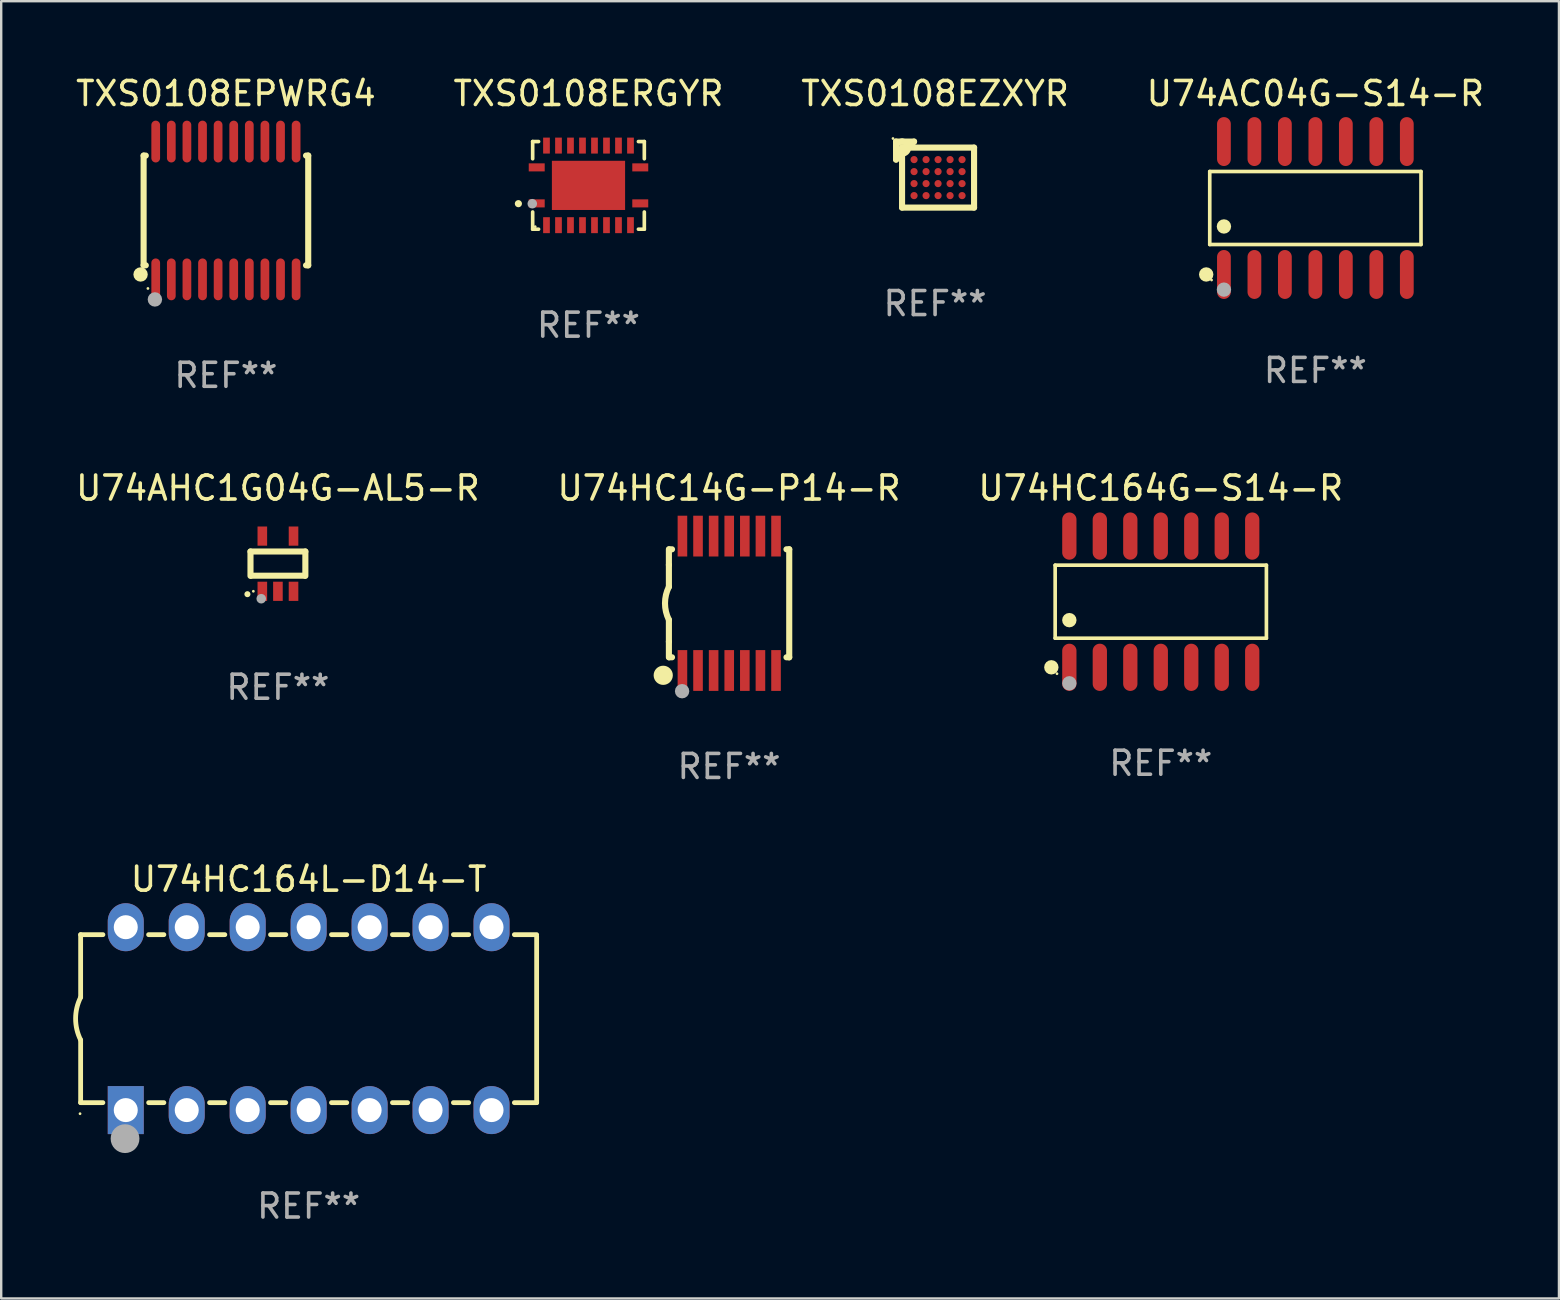
<source format=kicad_pcb>
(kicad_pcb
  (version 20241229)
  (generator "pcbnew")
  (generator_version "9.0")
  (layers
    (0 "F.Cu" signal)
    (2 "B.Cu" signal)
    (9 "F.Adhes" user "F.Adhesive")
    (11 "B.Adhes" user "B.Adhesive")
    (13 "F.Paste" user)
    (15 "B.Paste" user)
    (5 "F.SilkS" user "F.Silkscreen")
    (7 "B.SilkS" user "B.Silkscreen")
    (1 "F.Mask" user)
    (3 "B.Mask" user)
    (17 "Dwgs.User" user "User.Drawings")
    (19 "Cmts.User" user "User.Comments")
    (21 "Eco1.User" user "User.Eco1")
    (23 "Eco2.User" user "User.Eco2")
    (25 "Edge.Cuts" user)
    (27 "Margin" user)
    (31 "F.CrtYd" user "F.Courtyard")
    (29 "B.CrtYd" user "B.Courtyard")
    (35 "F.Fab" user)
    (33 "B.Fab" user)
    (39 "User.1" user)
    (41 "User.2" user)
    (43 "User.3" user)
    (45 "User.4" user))
  (footprint "U74HC14G-P14-R"
    (layer "F.Cu")
    (at 27.327 22.087)
    (property "Reference" "U74HC14G-P14-R" (at 0 -4.8 0) (layer "F.SilkS") (effects (font (size 1 1) (thickness 0.15))))
    (attr through_hole)
    (fp_line (start -2.507 -1.6) (end -2.507 -2.25) (stroke (width 0.254) (type solid)) (layer "F.SilkS"))
    (fp_line (start -2.507 -0.686) (end -2.507 -1.6) (stroke (width 0.254) (type solid)) (layer "F.SilkS"))
    (fp_line (start -2.507 1.6) (end -2.507 0.686) (stroke (width 0.254) (type solid)) (layer "F.SilkS"))
    (fp_line (start -2.507 1.6) (end -2.507 2.25) (stroke (width 0.254) (type solid)) (layer "F.SilkS"))
    (fp_line (start -2.493 -2.25) (end -2.377 -2.25) (stroke (width 0.254) (type solid)) (layer "F.SilkS"))
    (fp_line (start -2.377 2.25) (end -2.493 2.25) (stroke (width 0.254) (type solid)) (layer "F.SilkS"))
    (fp_line (start 2.392 -2.25) (end 2.507 -2.25) (stroke (width 0.254) (type solid)) (layer "F.SilkS"))
    (fp_line (start 2.507 -2.25) (end 2.507 2.25) (stroke (width 0.254) (type solid)) (layer "F.SilkS"))
    (fp_line (start 2.507 2.25) (end 2.392 2.25) (stroke (width 0.254) (type solid)) (layer "F.SilkS"))
    (fp_arc (start -2.507303 0.685802) (mid -2.669199 0) (end -2.507303 -0.685801) (stroke (width 0.254001) (type solid)) (layer "F.SilkS"))
    (fp_circle (center -2.743 3) (end -2.543 3) (stroke (width 0.4) (type solid)) (fill no) (layer "F.SilkS"))
    (fp_circle (center -2.493 3.2) (end -2.463 3.2) (stroke (width 0.06) (type solid)) (fill no) (layer "F.SilkS"))
    (fp_circle (center -1.957 3.662) (end -1.807 3.662) (stroke (width 0.3) (type solid)) (fill no) (layer "F.Fab"))
    (fp_text user "REF**" (at 0 6.8 0) (layer "F.Fab") (effects (font (size 1 1) (thickness 0.15))))
    (pad "1" smd rect (at -1.943 2.8) (size 0.4 1.7) (layers "F.Cu" "F.Mask" "F.Paste"))
    (pad "2" smd rect (at -1.293 2.8) (size 0.4 1.7) (layers "F.Cu" "F.Mask" "F.Paste"))
    (pad "3" smd rect (at -0.643 2.8) (size 0.4 1.7) (layers "F.Cu" "F.Mask" "F.Paste"))
    (pad "4" smd rect (at 0.007 2.8) (size 0.4 1.7) (layers "F.Cu" "F.Mask" "F.Paste"))
    (pad "5" smd rect (at 0.657 2.8) (size 0.4 1.7) (layers "F.Cu" "F.Mask" "F.Paste"))
    (pad "6" smd rect (at 1.307 2.8) (size 0.4 1.7) (layers "F.Cu" "F.Mask" "F.Paste"))
    (pad "7" smd rect (at 1.957 2.8) (size 0.4 1.7) (layers "F.Cu" "F.Mask" "F.Paste"))
    (pad "8" smd rect (at 1.957 -2.8) (size 0.4 1.7) (layers "F.Cu" "F.Mask" "F.Paste"))
    (pad "9" smd rect (at 1.307 -2.8) (size 0.4 1.7) (layers "F.Cu" "F.Mask" "F.Paste"))
    (pad "10" smd rect (at 0.657 -2.8) (size 0.4 1.7) (layers "F.Cu" "F.Mask" "F.Paste"))
    (pad "11" smd rect (at 0.007 -2.8) (size 0.4 1.7) (layers "F.Cu" "F.Mask" "F.Paste"))
    (pad "12" smd rect (at -0.643 -2.8) (size 0.4 1.7) (layers "F.Cu" "F.Mask" "F.Paste"))
    (pad "13" smd rect (at -1.293 -2.8) (size 0.4 1.7) (layers "F.Cu" "F.Mask" "F.Paste"))
    (pad "14" smd rect (at -1.943 -2.8) (size 0.4 1.7) (layers "F.Cu" "F.Mask" "F.Paste")))
  (footprint "TXS0108EZXYR"
    (layer "F.Cu")
    (at 35.911 4.224)
    (property "Reference" "TXS0108EZXYR" (at 0 -3.376 0) (layer "F.SilkS") (effects (font (size 1 1) (thickness 0.15))))
    (attr through_hole)
    (fp_line (start -1.626 -1.376) (end -1.626 -0.624) (stroke (width 0.254) (type solid)) (layer "F.SilkS"))
    (fp_line (start -1.626 -0.624) (end -0.876 -1.376) (stroke (width 0.254) (type solid)) (layer "F.SilkS"))
    (fp_line (start -1.377 -1.376) (end -1.626 -1.376) (stroke (width 0.254) (type solid)) (layer "F.SilkS"))
    (fp_line (start -1.377 -1.124) (end 1.626 -1.124) (stroke (width 0.254) (type solid)) (layer "F.SilkS"))
    (fp_line (start -1.376 -1.374) (end -0.876 -1.374) (stroke (width 0.254) (type solid)) (layer "F.SilkS"))
    (fp_line (start -1.376 1.376) (end -1.376 -1.124) (stroke (width 0.254) (type solid)) (layer "F.SilkS"))
    (fp_line (start 1.624 -1.124) (end 1.624 1.376) (stroke (width 0.254) (type solid)) (layer "F.SilkS"))
    (fp_line (start 1.624 1.376) (end -1.376 1.376) (stroke (width 0.254) (type solid)) (layer "F.SilkS"))
    (fp_circle (center -1.753 -1.503) (end -1.723 -1.503) (stroke (width 0.06) (type solid)) (fill no) (layer "F.SilkS"))
    (fp_circle (center -1.375 -1.124) (end -1.25 -1.124) (stroke (width 0.254) (type solid)) (fill no) (layer "F.SilkS"))
    (fp_text user "REF**" (at 0 5.376 0) (layer "F.Fab") (effects (font (size 1 1) (thickness 0.15))))
    (pad "A1" smd circle (at -0.876 -0.624) (size 0.3 0.3) (layers "F.Cu" "F.Mask" "F.Paste"))
    (pad "A2" smd circle (at -0.375 -0.624) (size 0.3 0.3) (layers "F.Cu" "F.Mask" "F.Paste"))
    (pad "A3" smd circle (at 0.124 -0.624) (size 0.3 0.3) (layers "F.Cu" "F.Mask" "F.Paste"))
    (pad "A4" smd circle (at 0.625 -0.624) (size 0.3 0.3) (layers "F.Cu" "F.Mask" "F.Paste"))
    (pad "A5" smd circle (at 1.124 -0.624) (size 0.3 0.3) (layers "F.Cu" "F.Mask" "F.Paste"))
    (pad "B1" smd circle (at -0.876 -0.124) (size 0.3 0.3) (layers "F.Cu" "F.Mask" "F.Paste"))
    (pad "B2" smd circle (at -0.375 -0.124) (size 0.3 0.3) (layers "F.Cu" "F.Mask" "F.Paste"))
    (pad "B3" smd circle (at 0.124 -0.124) (size 0.3 0.3) (layers "F.Cu" "F.Mask" "F.Paste"))
    (pad "B4" smd circle (at 0.625 -0.124) (size 0.3 0.3) (layers "F.Cu" "F.Mask" "F.Paste"))
    (pad "B5" smd circle (at 1.124 -0.124) (size 0.3 0.3) (layers "F.Cu" "F.Mask" "F.Paste"))
    (pad "C1" smd circle (at -0.876 0.376) (size 0.3 0.3) (layers "F.Cu" "F.Mask" "F.Paste"))
    (pad "C2" smd circle (at -0.375 0.376) (size 0.3 0.3) (layers "F.Cu" "F.Mask" "F.Paste"))
    (pad "C3" smd circle (at 0.124 0.376) (size 0.3 0.3) (layers "F.Cu" "F.Mask" "F.Paste"))
    (pad "C4" smd circle (at 0.625 0.376) (size 0.3 0.3) (layers "F.Cu" "F.Mask" "F.Paste"))
    (pad "C5" smd circle (at 1.124 0.376) (size 0.3 0.3) (layers "F.Cu" "F.Mask" "F.Paste"))
    (pad "D1" smd circle (at -0.876 0.876) (size 0.3 0.3) (layers "F.Cu" "F.Mask" "F.Paste"))
    (pad "D2" smd circle (at -0.375 0.876) (size 0.3 0.3) (layers "F.Cu" "F.Mask" "F.Paste"))
    (pad "D3" smd circle (at 0.124 0.876) (size 0.3 0.3) (layers "F.Cu" "F.Mask" "F.Paste"))
    (pad "D4" smd circle (at 0.625 0.876) (size 0.3 0.3) (layers "F.Cu" "F.Mask" "F.Paste"))
    (pad "D5" smd circle (at 1.124 0.876) (size 0.3 0.3) (layers "F.Cu" "F.Mask" "F.Paste")))
  (footprint "U74AC04G-S14-R"
    (layer "F.Cu")
    (at 51.756 5.617)
    (property "Reference" "U74AC04G-S14-R" (at 0 -4.769 0) (layer "F.SilkS") (effects (font (size 1 1) (thickness 0.15))))
    (attr through_hole)
    (fp_line (start -4.401 -1.521) (end 4.401 -1.521) (stroke (width 0.152) (type solid)) (layer "F.SilkS"))
    (fp_line (start -4.401 1.521) (end -4.401 -1.521) (stroke (width 0.152) (type solid)) (layer "F.SilkS"))
    (fp_line (start 4.401 -1.521) (end 4.401 1.521) (stroke (width 0.152) (type solid)) (layer "F.SilkS"))
    (fp_line (start 4.401 1.521) (end -4.401 1.521) (stroke (width 0.152) (type solid)) (layer "F.SilkS"))
    (fp_circle (center -4.549 2.769) (end -4.399 2.769) (stroke (width 0.3) (type solid)) (fill no) (layer "F.SilkS"))
    (fp_circle (center -4.325 3) (end -4.295 3) (stroke (width 0.06) (type solid)) (fill no) (layer "F.SilkS"))
    (fp_circle (center -3.81 0.769) (end -3.66 0.769) (stroke (width 0.3) (type solid)) (fill no) (layer "F.SilkS"))
    (fp_circle (center -3.81 3.4) (end -3.66 3.4) (stroke (width 0.3) (type solid)) (fill no) (layer "F.Fab"))
    (fp_text user "REF**" (at 0 6.769 0) (layer "F.Fab") (effects (font (size 1 1) (thickness 0.15))))
    (pad "1" smd oval (at -3.81 2.769) (size 0.574 2.038) (layers "F.Cu" "F.Mask" "F.Paste"))
    (pad "2" smd oval (at -2.54 2.769) (size 0.574 2.038) (layers "F.Cu" "F.Mask" "F.Paste"))
    (pad "3" smd oval (at -1.27 2.769) (size 0.574 2.038) (layers "F.Cu" "F.Mask" "F.Paste"))
    (pad "4" smd oval (at 0 2.769) (size 0.574 2.038) (layers "F.Cu" "F.Mask" "F.Paste"))
    (pad "5" smd oval (at 1.27 2.769) (size 0.574 2.038) (layers "F.Cu" "F.Mask" "F.Paste"))
    (pad "6" smd oval (at 2.54 2.769) (size 0.574 2.038) (layers "F.Cu" "F.Mask" "F.Paste"))
    (pad "7" smd oval (at 3.81 2.769) (size 0.574 2.038) (layers "F.Cu" "F.Mask" "F.Paste"))
    (pad "8" smd oval (at 3.81 -2.769) (size 0.574 2.038) (layers "F.Cu" "F.Mask" "F.Paste"))
    (pad "9" smd oval (at 2.54 -2.769) (size 0.574 2.038) (layers "F.Cu" "F.Mask" "F.Paste"))
    (pad "10" smd oval (at 1.27 -2.769) (size 0.574 2.038) (layers "F.Cu" "F.Mask" "F.Paste"))
    (pad "11" smd oval (at 0 -2.769) (size 0.574 2.038) (layers "F.Cu" "F.Mask" "F.Paste"))
    (pad "12" smd oval (at -1.27 -2.769) (size 0.574 2.038) (layers "F.Cu" "F.Mask" "F.Paste"))
    (pad "13" smd oval (at -2.54 -2.769) (size 0.574 2.038) (layers "F.Cu" "F.Mask" "F.Paste"))
    (pad "14" smd oval (at -3.81 -2.769) (size 0.574 2.038) (layers "F.Cu" "F.Mask" "F.Paste")))
  (footprint "U74HC164L-D14-T"
    (layer "F.Cu")
    (at 9.81 39.393)
    (property "Reference" "U74HC164L-D14-T" (at 0 -5.81 0) (layer "F.SilkS") (effects (font (size 1 1) (thickness 0.15))))
    (attr through_hole)
    (fp_line (start -9.5 -3.5) (end -9.5 -0.889) (stroke (width 0.2) (type solid)) (layer "F.SilkS"))
    (fp_line (start -9.5 -3.5) (end -8.572 -3.5) (stroke (width 0.2) (type solid)) (layer "F.SilkS"))
    (fp_line (start -9.5 3.5) (end -9.5 0.889) (stroke (width 0.2) (type solid)) (layer "F.SilkS"))
    (fp_line (start -9.5 3.5) (end -8.574 3.5) (stroke (width 0.2) (type solid)) (layer "F.SilkS"))
    (fp_line (start -6.668 -3.5) (end -6.032 -3.5) (stroke (width 0.2) (type solid)) (layer "F.SilkS"))
    (fp_line (start -6.666 3.5) (end -6.032 3.5) (stroke (width 0.2) (type solid)) (layer "F.SilkS"))
    (fp_line (start -4.128 -3.5) (end -3.492 -3.5) (stroke (width 0.2) (type solid)) (layer "F.SilkS"))
    (fp_line (start -4.128 3.5) (end -3.492 3.5) (stroke (width 0.2) (type solid)) (layer "F.SilkS"))
    (fp_line (start -1.588 -3.5) (end -0.952 -3.5) (stroke (width 0.2) (type solid)) (layer "F.SilkS"))
    (fp_line (start -1.588 3.5) (end -0.952 3.5) (stroke (width 0.2) (type solid)) (layer "F.SilkS"))
    (fp_line (start 0.952 -3.5) (end 1.588 -3.5) (stroke (width 0.2) (type solid)) (layer "F.SilkS"))
    (fp_line (start 0.952 3.5) (end 1.588 3.5) (stroke (width 0.2) (type solid)) (layer "F.SilkS"))
    (fp_line (start 3.492 -3.5) (end 4.128 -3.5) (stroke (width 0.2) (type solid)) (layer "F.SilkS"))
    (fp_line (start 3.492 3.5) (end 4.128 3.5) (stroke (width 0.2) (type solid)) (layer "F.SilkS"))
    (fp_line (start 6.032 -3.5) (end 6.668 -3.5) (stroke (width 0.2) (type solid)) (layer "F.SilkS"))
    (fp_line (start 6.032 3.5) (end 6.668 3.5) (stroke (width 0.2) (type solid)) (layer "F.SilkS"))
    (fp_line (start 8.572 -3.5) (end 9.5 -3.5) (stroke (width 0.2) (type solid)) (layer "F.SilkS"))
    (fp_line (start 8.572 3.5) (end 9.5 3.5) (stroke (width 0.2) (type solid)) (layer "F.SilkS"))
    (fp_line (start 9.5 3.5) (end 9.5 -3.429) (stroke (width 0.2) (type solid)) (layer "F.SilkS"))
    (fp_arc (start -9.499619 0.889001) (mid -9.709623 0.000047) (end -9.500025 -0.889002) (stroke (width 0.2) (type solid)) (layer "F.SilkS"))
    (fp_circle (center -9.525 3.96) (end -9.495 3.96) (stroke (width 0.06) (type solid)) (fill no) (layer "F.SilkS"))
    (fp_circle (center -7.65 5) (end -7.35 5) (stroke (width 0.6) (type solid)) (fill no) (layer "F.Fab"))
    (fp_text user "REF**" (at 0 7.81 0) (layer "F.Fab") (effects (font (size 1 1) (thickness 0.15))))
    (pad "1" thru_hole rect (at -7.62 3.81 90) (size 2 1.5) (drill 1) (layers "*.Cu" "*.Mask"))
    (pad "2" thru_hole oval (at -5.08 3.81 90) (size 2 1.5) (drill 1) (layers "*.Cu" "*.Mask"))
    (pad "3" thru_hole oval (at -2.54 3.81 90) (size 2 1.5) (drill 1) (layers "*.Cu" "*.Mask"))
    (pad "4" thru_hole oval (at 0 3.81 90) (size 2 1.5) (drill 1) (layers "*.Cu" "*.Mask"))
    (pad "5" thru_hole oval (at 2.54 3.81 90) (size 2 1.5) (drill 1) (layers "*.Cu" "*.Mask"))
    (pad "6" thru_hole oval (at 5.08 3.81 90) (size 2 1.5) (drill 1) (layers "*.Cu" "*.Mask"))
    (pad "7" thru_hole oval (at 7.62 3.81 90) (size 2 1.5) (drill 1) (layers "*.Cu" "*.Mask"))
    (pad "8" thru_hole oval (at 7.62 -3.81 90) (size 2 1.5) (drill 1) (layers "*.Cu" "*.Mask"))
    (pad "9" thru_hole oval (at 5.08 -3.81 90) (size 2 1.5) (drill 1) (layers "*.Cu" "*.Mask"))
    (pad "10" thru_hole oval (at 2.54 -3.81 90) (size 2 1.5) (drill 1) (layers "*.Cu" "*.Mask"))
    (pad "11" thru_hole oval (at 0 -3.81 90) (size 2 1.5) (drill 1) (layers "*.Cu" "*.Mask"))
    (pad "12" thru_hole oval (at -2.54 -3.81 90) (size 2 1.5) (drill 1) (layers "*.Cu" "*.Mask"))
    (pad "13" thru_hole oval (at -5.08 -3.81 90) (size 2 1.5) (drill 1) (layers "*.Cu" "*.Mask"))
    (pad "14" thru_hole oval (at -7.62 -3.81 90) (size 2 1.5) (drill 1) (layers "*.Cu" "*.Mask")))
  (footprint "TXS0108EPWRG4"
    (layer "F.Cu")
    (at 6.363 5.719)
    (property "Reference" "TXS0108EPWRG4" (at 0 -4.871 0) (layer "F.SilkS") (effects (font (size 1 1) (thickness 0.15))))
    (attr through_hole)
    (fp_line (start -3.429 -2.286) (end -3.429 2.286) (stroke (width 0.254) (type solid)) (layer "F.SilkS"))
    (fp_line (start -3.429 2.286) (end -3.338 2.286) (stroke (width 0.254) (type solid)) (layer "F.SilkS"))
    (fp_line (start -3.338 -2.286) (end -3.429 -2.286) (stroke (width 0.254) (type solid)) (layer "F.SilkS"))
    (fp_line (start 3.338 -2.286) (end 3.429 -2.286) (stroke (width 0.254) (type solid)) (layer "F.SilkS"))
    (fp_line (start 3.429 -2.286) (end 3.429 2.286) (stroke (width 0.254) (type solid)) (layer "F.SilkS"))
    (fp_line (start 3.429 2.286) (end 3.338 2.286) (stroke (width 0.254) (type solid)) (layer "F.SilkS"))
    (fp_circle (center -3.556 2.667) (end -3.406 2.667) (stroke (width 0.3) (type solid)) (fill no) (layer "F.SilkS"))
    (fp_circle (center -3.25 3.25) (end -3.22 3.25) (stroke (width 0.06) (type solid)) (fill no) (layer "F.SilkS"))
    (fp_circle (center -2.959 3.707) (end -2.808 3.707) (stroke (width 0.3) (type solid)) (fill no) (layer "F.Fab"))
    (fp_text user "REF**" (at 0 6.871 0) (layer "F.Fab") (effects (font (size 1 1) (thickness 0.15))))
    (pad "1" smd oval (at -2.925 2.871) (size 0.364 1.742) (layers "F.Cu" "F.Mask" "F.Paste"))
    (pad "2" smd oval (at -2.275 2.871) (size 0.364 1.742) (layers "F.Cu" "F.Mask" "F.Paste"))
    (pad "3" smd oval (at -1.625 2.871) (size 0.364 1.742) (layers "F.Cu" "F.Mask" "F.Paste"))
    (pad "4" smd oval (at -0.975 2.871) (size 0.364 1.742) (layers "F.Cu" "F.Mask" "F.Paste"))
    (pad "5" smd oval (at -0.325 2.871) (size 0.364 1.742) (layers "F.Cu" "F.Mask" "F.Paste"))
    (pad "6" smd oval (at 0.325 2.871) (size 0.364 1.742) (layers "F.Cu" "F.Mask" "F.Paste"))
    (pad "7" smd oval (at 0.975 2.871) (size 0.364 1.742) (layers "F.Cu" "F.Mask" "F.Paste"))
    (pad "8" smd oval (at 1.625 2.871) (size 0.364 1.742) (layers "F.Cu" "F.Mask" "F.Paste"))
    (pad "9" smd oval (at 2.275 2.871) (size 0.364 1.742) (layers "F.Cu" "F.Mask" "F.Paste"))
    (pad "10" smd oval (at 2.925 2.871) (size 0.364 1.742) (layers "F.Cu" "F.Mask" "F.Paste"))
    (pad "11" smd oval (at 2.925 -2.871) (size 0.364 1.742) (layers "F.Cu" "F.Mask" "F.Paste"))
    (pad "12" smd oval (at 2.275 -2.871) (size 0.364 1.742) (layers "F.Cu" "F.Mask" "F.Paste"))
    (pad "13" smd oval (at 1.625 -2.871) (size 0.364 1.742) (layers "F.Cu" "F.Mask" "F.Paste"))
    (pad "14" smd oval (at 0.975 -2.871) (size 0.364 1.742) (layers "F.Cu" "F.Mask" "F.Paste"))
    (pad "15" smd oval (at 0.325 -2.871) (size 0.364 1.742) (layers "F.Cu" "F.Mask" "F.Paste"))
    (pad "16" smd oval (at -0.325 -2.871) (size 0.364 1.742) (layers "F.Cu" "F.Mask" "F.Paste"))
    (pad "17" smd oval (at -0.975 -2.871) (size 0.364 1.742) (layers "F.Cu" "F.Mask" "F.Paste"))
    (pad "18" smd oval (at -1.625 -2.871) (size 0.364 1.742) (layers "F.Cu" "F.Mask" "F.Paste"))
    (pad "19" smd oval (at -2.275 -2.871) (size 0.364 1.742) (layers "F.Cu" "F.Mask" "F.Paste"))
    (pad "20" smd oval (at -2.925 -2.871) (size 0.364 1.742) (layers "F.Cu" "F.Mask" "F.Paste")))
  (footprint "U74HC164G-S14-R"
    (layer "F.Cu")
    (at 45.315 22.02)
    (property "Reference" "U74HC164G-S14-R" (at 0 -4.734 0) (layer "F.SilkS") (effects (font (size 1 1) (thickness 0.15))))
    (attr through_hole)
    (fp_line (start -4.401 -1.521) (end 4.401 -1.521) (stroke (width 0.152) (type solid)) (layer "F.SilkS"))
    (fp_line (start -4.401 1.521) (end -4.401 -1.521) (stroke (width 0.152) (type solid)) (layer "F.SilkS"))
    (fp_line (start 4.401 -1.521) (end 4.401 1.521) (stroke (width 0.152) (type solid)) (layer "F.SilkS"))
    (fp_line (start 4.401 1.521) (end -4.401 1.521) (stroke (width 0.152) (type solid)) (layer "F.SilkS"))
    (fp_circle (center -4.56 2.734) (end -4.41 2.734) (stroke (width 0.3) (type solid)) (fill no) (layer "F.SilkS"))
    (fp_circle (center -4.325 3) (end -4.295 3) (stroke (width 0.06) (type solid)) (fill no) (layer "F.SilkS"))
    (fp_circle (center -3.81 0.769) (end -3.66 0.769) (stroke (width 0.3) (type solid)) (fill no) (layer "F.SilkS"))
    (fp_circle (center -3.81 3.4) (end -3.66 3.4) (stroke (width 0.3) (type solid)) (fill no) (layer "F.Fab"))
    (fp_text user "REF**" (at 0 6.734 0) (layer "F.Fab") (effects (font (size 1 1) (thickness 0.15))))
    (pad "1" smd oval (at -3.81 2.734) (size 0.595 1.968) (layers "F.Cu" "F.Mask" "F.Paste"))
    (pad "2" smd oval (at -2.54 2.734) (size 0.595 1.968) (layers "F.Cu" "F.Mask" "F.Paste"))
    (pad "3" smd oval (at -1.27 2.734) (size 0.595 1.968) (layers "F.Cu" "F.Mask" "F.Paste"))
    (pad "4" smd oval (at 0 2.734) (size 0.595 1.968) (layers "F.Cu" "F.Mask" "F.Paste"))
    (pad "5" smd oval (at 1.27 2.734) (size 0.595 1.968) (layers "F.Cu" "F.Mask" "F.Paste"))
    (pad "6" smd oval (at 2.54 2.734) (size 0.595 1.968) (layers "F.Cu" "F.Mask" "F.Paste"))
    (pad "7" smd oval (at 3.81 2.734) (size 0.595 1.968) (layers "F.Cu" "F.Mask" "F.Paste"))
    (pad "8" smd oval (at 3.81 -2.734) (size 0.595 1.968) (layers "F.Cu" "F.Mask" "F.Paste"))
    (pad "9" smd oval (at 2.54 -2.734) (size 0.595 1.968) (layers "F.Cu" "F.Mask" "F.Paste"))
    (pad "10" smd oval (at 1.27 -2.734) (size 0.595 1.968) (layers "F.Cu" "F.Mask" "F.Paste"))
    (pad "11" smd oval (at 0 -2.734) (size 0.595 1.968) (layers "F.Cu" "F.Mask" "F.Paste"))
    (pad "12" smd oval (at -1.27 -2.734) (size 0.595 1.968) (layers "F.Cu" "F.Mask" "F.Paste"))
    (pad "13" smd oval (at -2.54 -2.734) (size 0.595 1.968) (layers "F.Cu" "F.Mask" "F.Paste"))
    (pad "14" smd oval (at -3.81 -2.734) (size 0.595 1.968) (layers "F.Cu" "F.Mask" "F.Paste")))
  (footprint "U74AHC1G04G-AL5-R"
    (layer "F.Cu")
    (at 8.53 20.437)
    (property "Reference" "U74AHC1G04G-AL5-R" (at 0 -3.15 0) (layer "F.SilkS") (effects (font (size 1 1) (thickness 0.15))))
    (attr through_hole)
    (fp_line (start -1.143 -0.508) (end -1.143 0.508) (stroke (width 0.254) (type solid)) (layer "F.SilkS"))
    (fp_line (start -1.1 0.5) (end 1.1 0.5) (stroke (width 0.254) (type solid)) (layer "F.SilkS"))
    (fp_line (start 1.143 -0.508) (end -1.143 -0.508) (stroke (width 0.254) (type solid)) (layer "F.SilkS"))
    (fp_line (start 1.143 0.508) (end 1.143 -0.508) (stroke (width 0.254) (type solid)) (layer "F.SilkS"))
    (fp_arc (start -1.272543 1.26999) (mid -1.271273 1.269983) (end -1.270003 1.26999) (stroke (width 0.24892) (type solid)) (layer "F.SilkS"))
    (fp_circle (center -1.024 1.149) (end -0.994 1.149) (stroke (width 0.06) (type solid)) (fill no) (layer "F.SilkS"))
    (fp_circle (center -0.695 1.459) (end -0.595 1.459) (stroke (width 0.2) (type solid)) (fill no) (layer "F.Fab"))
    (fp_text user "REF**" (at 0 5.15 0) (layer "F.Fab") (effects (font (size 1 1) (thickness 0.15))))
    (pad "1" smd rect (at -0.65 1.15) (size 0.4 0.8) (layers "F.Cu" "F.Mask" "F.Paste"))
    (pad "2" smd rect (at 0 1.15) (size 0.4 0.8) (layers "F.Cu" "F.Mask" "F.Paste"))
    (pad "3" smd rect (at 0.65 1.15) (size 0.4 0.8) (layers "F.Cu" "F.Mask" "F.Paste"))
    (pad "4" smd rect (at 0.65 -1.15) (size 0.4 0.8) (layers "F.Cu" "F.Mask" "F.Paste"))
    (pad "5" smd rect (at -0.65 -1.15) (size 0.4 0.8) (layers "F.Cu" "F.Mask" "F.Paste")))
  (footprint "TXS0108ERGYR"
    (layer "F.Cu")
    (at 21.47 4.674)
    (property "Reference" "TXS0108ERGYR" (at 0 -3.826 0) (layer "F.SilkS") (effects (font (size 1 1) (thickness 0.15))))
    (attr through_hole)
    (fp_line (start -2.326 -1.826) (end -2.08 -1.826) (stroke (width 0.152) (type solid)) (layer "F.SilkS"))
    (fp_line (start -2.326 -1.109) (end -2.326 -1.826) (stroke (width 0.152) (type solid)) (layer "F.SilkS"))
    (fp_line (start -2.326 1.109) (end -2.326 1.826) (stroke (width 0.152) (type solid)) (layer "F.SilkS"))
    (fp_line (start -2.326 1.826) (end -2.08 1.826) (stroke (width 0.152) (type solid)) (layer "F.SilkS"))
    (fp_line (start 2.326 -1.826) (end 2.08 -1.826) (stroke (width 0.152) (type solid)) (layer "F.SilkS"))
    (fp_line (start 2.326 -1.109) (end 2.326 -1.826) (stroke (width 0.152) (type solid)) (layer "F.SilkS"))
    (fp_line (start 2.326 1.109) (end 2.326 1.826) (stroke (width 0.152) (type solid)) (layer "F.SilkS"))
    (fp_line (start 2.326 1.826) (end 2.08 1.826) (stroke (width 0.152) (type solid)) (layer "F.SilkS"))
    (fp_circle (center -2.921 0.762) (end -2.846 0.762) (stroke (width 0.15) (type solid)) (fill no) (layer "F.SilkS"))
    (fp_circle (center -2.22 1.72) (end -2.19 1.72) (stroke (width 0.06) (type solid)) (fill no) (layer "F.SilkS"))
    (fp_circle (center -2.342 0.764) (end -2.242 0.764) (stroke (width 0.2) (type solid)) (fill no) (layer "F.Fab"))
    (fp_text user "REF**" (at 0 5.826 0) (layer "F.Fab") (effects (font (size 1 1) (thickness 0.15))))
    (pad "1" smd rect (at -2.157 0.75) (size 0.665 0.336) (layers "F.Cu" "F.Mask" "F.Paste"))
    (pad "2" smd rect (at -1.75 1.658) (size 0.28 0.665) (layers "F.Cu" "F.Mask" "F.Paste"))
    (pad "3" smd rect (at -1.25 1.658) (size 0.28 0.665) (layers "F.Cu" "F.Mask" "F.Paste"))
    (pad "4" smd rect (at -0.75 1.658) (size 0.28 0.665) (layers "F.Cu" "F.Mask" "F.Paste"))
    (pad "5" smd rect (at -0.25 1.658) (size 0.28 0.665) (layers "F.Cu" "F.Mask" "F.Paste"))
    (pad "6" smd rect (at 0.25 1.658) (size 0.28 0.665) (layers "F.Cu" "F.Mask" "F.Paste"))
    (pad "7" smd rect (at 0.75 1.658) (size 0.28 0.665) (layers "F.Cu" "F.Mask" "F.Paste"))
    (pad "8" smd rect (at 1.25 1.658) (size 0.28 0.665) (layers "F.Cu" "F.Mask" "F.Paste"))
    (pad "9" smd rect (at 1.75 1.658) (size 0.28 0.665) (layers "F.Cu" "F.Mask" "F.Paste"))
    (pad "10" smd rect (at 2.157 0.75) (size 0.665 0.336) (layers "F.Cu" "F.Mask" "F.Paste"))
    (pad "11" smd rect (at 2.157 -0.75) (size 0.665 0.336) (layers "F.Cu" "F.Mask" "F.Paste"))
    (pad "12" smd rect (at 1.75 -1.658) (size 0.28 0.665) (layers "F.Cu" "F.Mask" "F.Paste"))
    (pad "13" smd rect (at 1.25 -1.658) (size 0.28 0.665) (layers "F.Cu" "F.Mask" "F.Paste"))
    (pad "14" smd rect (at 0.75 -1.658) (size 0.28 0.665) (layers "F.Cu" "F.Mask" "F.Paste"))
    (pad "15" smd rect (at 0.25 -1.658) (size 0.28 0.665) (layers "F.Cu" "F.Mask" "F.Paste"))
    (pad "16" smd rect (at -0.25 -1.658) (size 0.28 0.665) (layers "F.Cu" "F.Mask" "F.Paste"))
    (pad "17" smd rect (at -0.75 -1.658) (size 0.28 0.665) (layers "F.Cu" "F.Mask" "F.Paste"))
    (pad "18" smd rect (at -1.25 -1.658) (size 0.28 0.665) (layers "F.Cu" "F.Mask" "F.Paste"))
    (pad "19" smd rect (at -1.75 -1.658) (size 0.28 0.665) (layers "F.Cu" "F.Mask" "F.Paste"))
    (pad "20" smd rect (at -2.157 -0.75) (size 0.665 0.336) (layers "F.Cu" "F.Mask" "F.Paste"))
    (pad "21" smd rect (at 0 0) (size 3.05 2.05) (layers "F.Cu" "F.Mask" "F.Paste")))
  (gr_rect
    (start -3 -3)
    (end 61.905 51.052)
    (stroke (width 0.1) (type default))
    (fill no)
    (layer "Edge.Cuts")))
</source>
